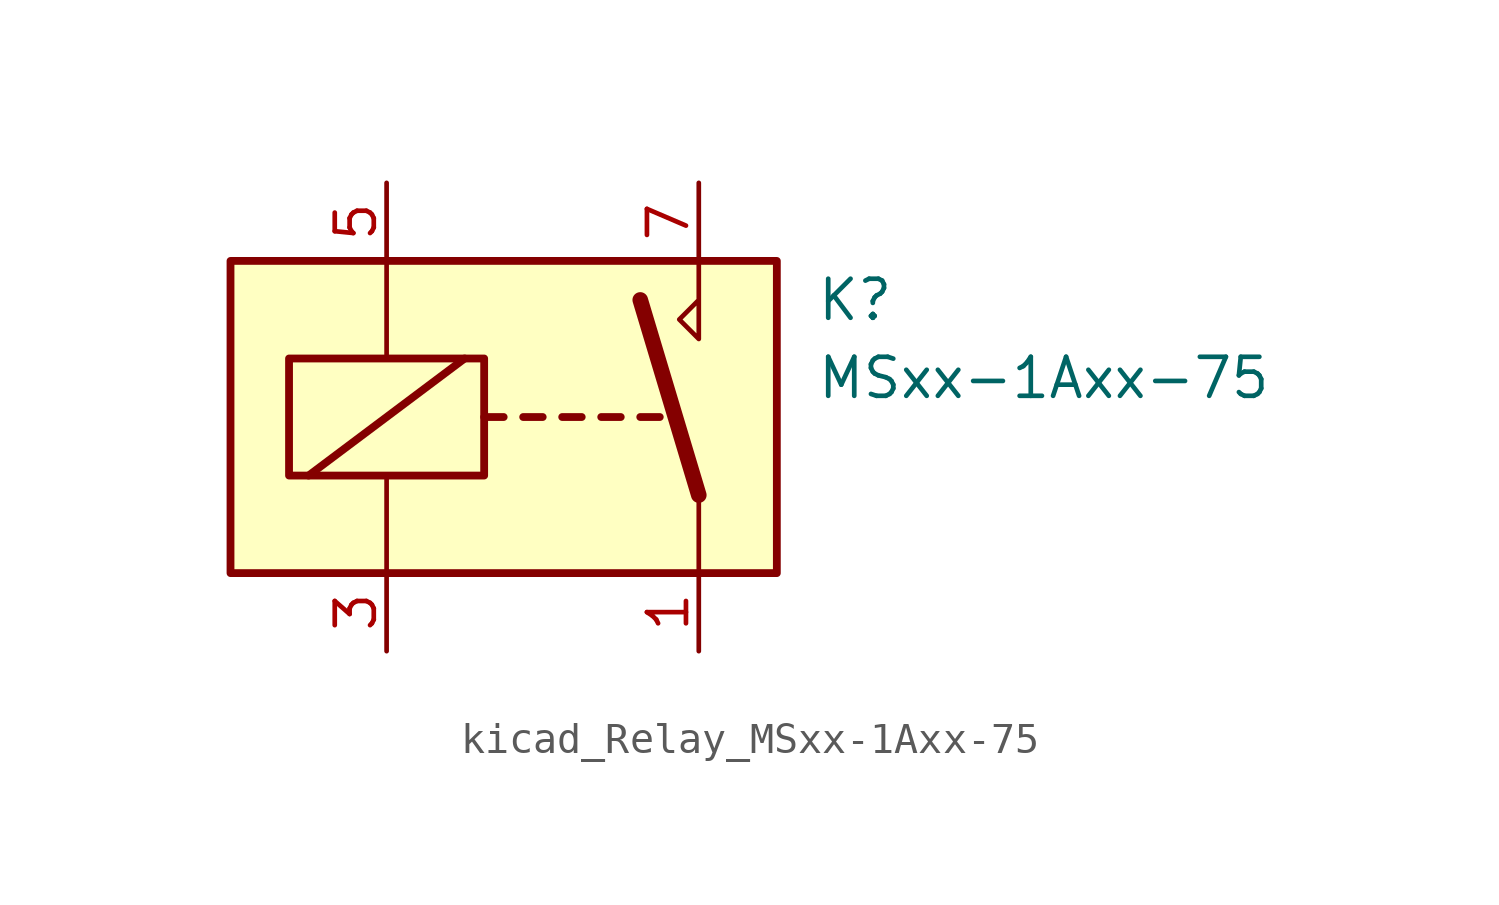
<source format=kicad_sym>
(kicad_symbol_lib
  (version 20220914)
  (generator kicad_symbol_editor)
  (symbol "kicad_Relay_MSxx-1Axx-75"
    (property "Reference" "K"
      (at 8.89 3.81 0)
      (effects (font (size 1.27 1.27)) (justify left)))
    (property "Value" "MSxx-1Axx-75"
      (at 8.89 1.27 0)
      (effects (font (size 1.27 1.27)) (justify left)))
    (symbol "kicad_Relay_MSxx-1Axx-75_0_0"
      (polyline (pts (xy 5.08 5.08) (xy 5.08 2.54) (xy 4.445 3.175) (xy 5.08 3.81)) (stroke (width 0) (type default)) (fill (type none))))
    (symbol "kicad_Relay_MSxx-1Axx-75_0_1"
      (rectangle (start -10.16 5.08) (end 7.62 -5.08) (stroke (width 0.254) (type default)) (fill (type background)))
      (rectangle (start -8.255 1.905) (end -1.905 -1.905) (stroke (width 0.254) (type default)) (fill (type none)))
      (polyline (pts (xy -7.62 -1.905) (xy -2.54 1.905)) (stroke (width 0.254) (type default)) (fill (type none)))
      (polyline (pts (xy -5.08 -5.08) (xy -5.08 -1.905)) (stroke (width 0) (type default)) (fill (type none)))
      (polyline (pts (xy -5.08 5.08) (xy -5.08 1.905)) (stroke (width 0) (type default)) (fill (type none)))
      (polyline (pts (xy -1.905 0) (xy -1.27 0)) (stroke (width 0.254) (type default)) (fill (type none)))
      (polyline (pts (xy -0.635 0) (xy 0 0)) (stroke (width 0.254) (type default)) (fill (type none)))
      (polyline (pts (xy 0.635 0) (xy 1.27 0)) (stroke (width 0.254) (type default)) (fill (type none)))
      (polyline (pts (xy 1.905 0) (xy 2.54 0)) (stroke (width 0.254) (type default)) (fill (type none)))
      (polyline (pts (xy 3.175 0) (xy 3.81 0)) (stroke (width 0.254) (type default)) (fill (type none)))
      (polyline (pts (xy 5.08 -2.54) (xy 3.175 3.81)) (stroke (width 0.508) (type default)) (fill (type none)))
      (polyline (pts (xy 5.08 -2.54) (xy 5.08 -5.08)) (stroke (width 0) (type default)) (fill (type none))))
    (symbol "kicad_Relay_MSxx-1Axx-75_1_1"
      (pin passive line (at 5.08 -7.62 90) (length 2.54) (name "~" (effects (font (size 1.27 1.27)))) (number "1" (effects (font (size 1.27 1.27)))))
      (pin passive line (at -5.08 -7.62 90) (length 2.54) (name "~" (effects (font (size 1.27 1.27)))) (number "3" (effects (font (size 1.27 1.27)))))
      (pin passive line (at -5.08 7.62 270) (length 2.54) (name "~" (effects (font (size 1.27 1.27)))) (number "5" (effects (font (size 1.27 1.27)))))
      (pin passive line (at 5.08 7.62 270) (length 2.54) (name "~" (effects (font (size 1.27 1.27)))) (number "7" (effects (font (size 1.27 1.27))))))))
</source>
